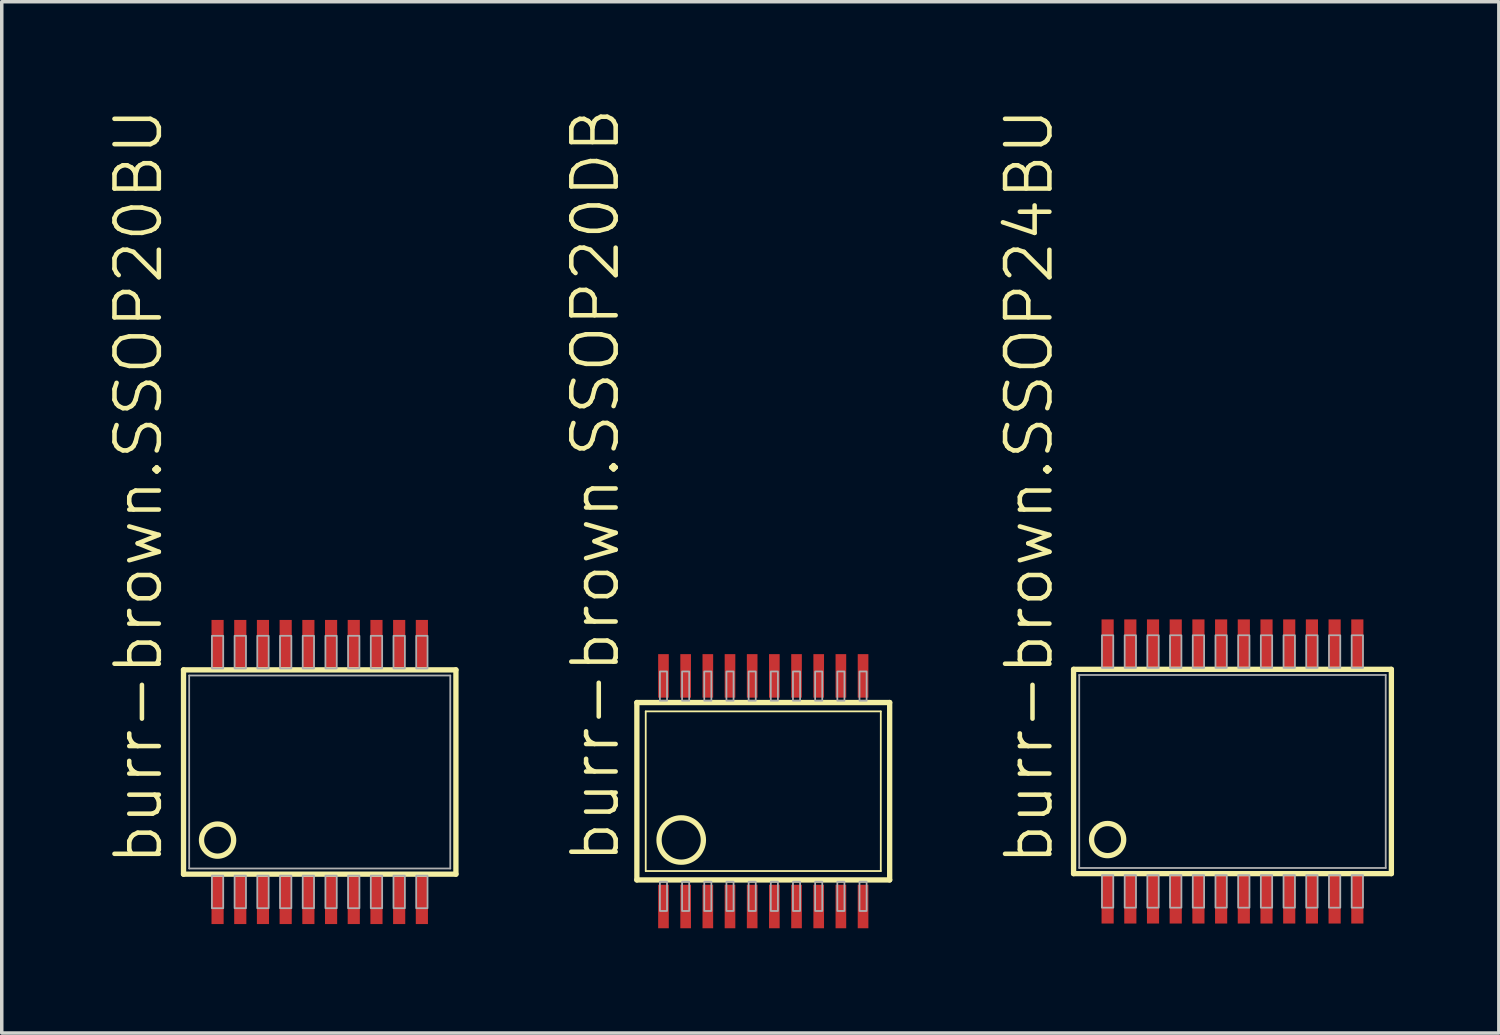
<source format=kicad_pcb>
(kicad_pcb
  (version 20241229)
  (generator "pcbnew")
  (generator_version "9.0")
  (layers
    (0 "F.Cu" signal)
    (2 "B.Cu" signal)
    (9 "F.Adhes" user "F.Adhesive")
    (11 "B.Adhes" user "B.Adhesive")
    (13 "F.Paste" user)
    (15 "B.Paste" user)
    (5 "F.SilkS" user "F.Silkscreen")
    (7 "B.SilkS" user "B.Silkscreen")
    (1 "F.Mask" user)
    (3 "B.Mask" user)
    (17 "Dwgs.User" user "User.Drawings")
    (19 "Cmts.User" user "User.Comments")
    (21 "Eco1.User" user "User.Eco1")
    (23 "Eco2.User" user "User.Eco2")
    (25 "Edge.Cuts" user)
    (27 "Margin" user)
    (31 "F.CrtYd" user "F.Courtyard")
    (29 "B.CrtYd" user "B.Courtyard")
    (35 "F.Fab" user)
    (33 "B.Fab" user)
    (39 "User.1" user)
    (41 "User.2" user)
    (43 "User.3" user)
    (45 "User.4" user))
  (footprint "burr-brown.SSOP20BU"
    (layer "F.Cu")
    (at 6.105 19.056)
    (property "Reference" "burr-brown.SSOP20BU" (at -4.445 2.73 90) (layer "F.SilkS") (effects (font (size 1.27 1.27) (thickness 0.13)) (justify left bottom)))
    (attr smd)
    (fp_line (start -3.9 -2.925) (end 3.9 -2.925) (stroke (width 0.152) (type default)) (layer "F.SilkS"))
    (fp_line (start -3.9 2.925) (end -3.9 -2.925) (stroke (width 0.152) (type default)) (layer "F.SilkS"))
    (fp_line (start 3.9 -2.925) (end 3.9 2.925) (stroke (width 0.152) (type default)) (layer "F.SilkS"))
    (fp_line (start 3.9 2.925) (end -3.9 2.925) (stroke (width 0.152) (type default)) (layer "F.SilkS"))
    (fp_circle (center -2.925 1.95) (end -2.465 1.95) (stroke (width 0.152) (type default)) (fill no) (layer "F.SilkS"))
    (fp_line (start -3.738 -2.763) (end 3.738 -2.763) (stroke (width 0.051) (type default)) (layer "F.Fab"))
    (fp_line (start -3.738 2.763) (end -3.738 -2.763) (stroke (width 0.051) (type default)) (layer "F.Fab"))
    (fp_line (start 3.738 -2.763) (end 3.738 2.763) (stroke (width 0.051) (type default)) (layer "F.Fab"))
    (fp_line (start 3.738 2.763) (end -3.738 2.763) (stroke (width 0.051) (type default)) (layer "F.Fab"))
    (fp_rect (start -3.087 -2.966) (end -2.763 -3.9) (stroke (width 0.05) (type default)) (fill no) (layer "F.Fab"))
    (fp_rect (start -3.087 3.9) (end -2.763 2.966) (stroke (width 0.05) (type default)) (fill no) (layer "F.Fab"))
    (fp_rect (start -2.438 -2.966) (end -2.112 -3.9) (stroke (width 0.05) (type default)) (fill no) (layer "F.Fab"))
    (fp_rect (start -2.438 3.9) (end -2.112 2.966) (stroke (width 0.05) (type default)) (fill no) (layer "F.Fab"))
    (fp_rect (start -1.788 -2.966) (end -1.462 -3.9) (stroke (width 0.05) (type default)) (fill no) (layer "F.Fab"))
    (fp_rect (start -1.788 3.9) (end -1.462 2.966) (stroke (width 0.05) (type default)) (fill no) (layer "F.Fab"))
    (fp_rect (start -1.137 -2.966) (end -0.812 -3.9) (stroke (width 0.05) (type default)) (fill no) (layer "F.Fab"))
    (fp_rect (start -1.137 3.9) (end -0.812 2.966) (stroke (width 0.05) (type default)) (fill no) (layer "F.Fab"))
    (fp_rect (start -0.487 -2.966) (end -0.163 -3.9) (stroke (width 0.05) (type default)) (fill no) (layer "F.Fab"))
    (fp_rect (start -0.487 3.9) (end -0.163 2.966) (stroke (width 0.05) (type default)) (fill no) (layer "F.Fab"))
    (fp_rect (start 0.163 -2.966) (end 0.487 -3.9) (stroke (width 0.05) (type default)) (fill no) (layer "F.Fab"))
    (fp_rect (start 0.163 3.9) (end 0.487 2.966) (stroke (width 0.05) (type default)) (fill no) (layer "F.Fab"))
    (fp_rect (start 0.812 -2.966) (end 1.137 -3.9) (stroke (width 0.05) (type default)) (fill no) (layer "F.Fab"))
    (fp_rect (start 0.812 3.9) (end 1.137 2.966) (stroke (width 0.05) (type default)) (fill no) (layer "F.Fab"))
    (fp_rect (start 1.462 -2.966) (end 1.788 -3.9) (stroke (width 0.05) (type default)) (fill no) (layer "F.Fab"))
    (fp_rect (start 1.462 3.9) (end 1.788 2.966) (stroke (width 0.05) (type default)) (fill no) (layer "F.Fab"))
    (fp_rect (start 2.112 -2.966) (end 2.438 -3.9) (stroke (width 0.05) (type default)) (fill no) (layer "F.Fab"))
    (fp_rect (start 2.112 3.9) (end 2.438 2.966) (stroke (width 0.05) (type default)) (fill no) (layer "F.Fab"))
    (fp_rect (start 2.763 -2.966) (end 3.087 -3.9) (stroke (width 0.05) (type default)) (fill no) (layer "F.Fab"))
    (fp_rect (start 2.763 3.9) (end 3.087 2.966) (stroke (width 0.05) (type default)) (fill no) (layer "F.Fab"))
    (pad "1" smd roundrect (at -2.925 3.656) (size 0.348 1.397) (layers "F.Cu" "F.Mask" "F.Paste") (roundrect_rratio 0.01))
    (pad "2" smd roundrect (at -2.275 3.656) (size 0.348 1.397) (layers "F.Cu" "F.Mask" "F.Paste") (roundrect_rratio 0.01))
    (pad "3" smd roundrect (at -1.625 3.656) (size 0.348 1.397) (layers "F.Cu" "F.Mask" "F.Paste") (roundrect_rratio 0.01))
    (pad "4" smd roundrect (at -0.975 3.656) (size 0.348 1.397) (layers "F.Cu" "F.Mask" "F.Paste") (roundrect_rratio 0.01))
    (pad "5" smd roundrect (at -0.325 3.656) (size 0.348 1.397) (layers "F.Cu" "F.Mask" "F.Paste") (roundrect_rratio 0.01))
    (pad "6" smd roundrect (at 0.325 3.656) (size 0.348 1.397) (layers "F.Cu" "F.Mask" "F.Paste") (roundrect_rratio 0.01))
    (pad "7" smd roundrect (at 0.975 3.656) (size 0.348 1.397) (layers "F.Cu" "F.Mask" "F.Paste") (roundrect_rratio 0.01))
    (pad "8" smd roundrect (at 1.625 3.656) (size 0.348 1.397) (layers "F.Cu" "F.Mask" "F.Paste") (roundrect_rratio 0.01))
    (pad "9" smd roundrect (at 2.275 3.656) (size 0.348 1.397) (layers "F.Cu" "F.Mask" "F.Paste") (roundrect_rratio 0.01))
    (pad "10" smd roundrect (at 2.925 3.656) (size 0.348 1.397) (layers "F.Cu" "F.Mask" "F.Paste") (roundrect_rratio 0.01))
    (pad "11" smd roundrect (at 2.925 -3.656) (size 0.348 1.397) (layers "F.Cu" "F.Mask" "F.Paste") (roundrect_rratio 0.01))
    (pad "12" smd roundrect (at 2.275 -3.656) (size 0.348 1.397) (layers "F.Cu" "F.Mask" "F.Paste") (roundrect_rratio 0.01))
    (pad "13" smd roundrect (at 1.625 -3.656) (size 0.348 1.397) (layers "F.Cu" "F.Mask" "F.Paste") (roundrect_rratio 0.01))
    (pad "14" smd roundrect (at 0.975 -3.656) (size 0.348 1.397) (layers "F.Cu" "F.Mask" "F.Paste") (roundrect_rratio 0.01))
    (pad "15" smd roundrect (at 0.325 -3.656) (size 0.348 1.397) (layers "F.Cu" "F.Mask" "F.Paste") (roundrect_rratio 0.01))
    (pad "16" smd roundrect (at -0.325 -3.656) (size 0.348 1.397) (layers "F.Cu" "F.Mask" "F.Paste") (roundrect_rratio 0.01))
    (pad "17" smd roundrect (at -0.975 -3.656) (size 0.348 1.397) (layers "F.Cu" "F.Mask" "F.Paste") (roundrect_rratio 0.01))
    (pad "18" smd roundrect (at -1.625 -3.656) (size 0.348 1.397) (layers "F.Cu" "F.Mask" "F.Paste") (roundrect_rratio 0.01))
    (pad "19" smd roundrect (at -2.275 -3.656) (size 0.348 1.397) (layers "F.Cu" "F.Mask" "F.Paste") (roundrect_rratio 0.01))
    (pad "20" smd roundrect (at -2.925 -3.656) (size 0.348 1.397) (layers "F.Cu" "F.Mask" "F.Paste") (roundrect_rratio 0.01)))
  (footprint "burr-brown.SSOP20DB"
    (layer "F.Cu")
    (at 18.805 19.606)
    (property "Reference" "burr-brown.SSOP20DB" (at -4.064 2.12 90) (layer "F.SilkS") (effects (font (size 1.27 1.27) (thickness 0.13)) (justify left bottom)))
    (attr smd)
    (fp_line (start -3.619 2.54) (end -3.619 -2.54) (stroke (width 0.152) (type default)) (layer "F.SilkS"))
    (fp_line (start -3.619 2.54) (end 3.62 2.54) (stroke (width 0.152) (type default)) (layer "F.SilkS"))
    (fp_line (start -3.365 2.286) (end -3.365 -2.286) (stroke (width 0.051) (type default)) (layer "F.SilkS"))
    (fp_line (start -3.365 2.286) (end 3.366 2.286) (stroke (width 0.051) (type default)) (layer "F.SilkS"))
    (fp_line (start 3.366 -2.286) (end -3.365 -2.286) (stroke (width 0.051) (type default)) (layer "F.SilkS"))
    (fp_line (start 3.366 -2.286) (end 3.366 2.286) (stroke (width 0.051) (type default)) (layer "F.SilkS"))
    (fp_line (start 3.62 -2.54) (end -3.619 -2.54) (stroke (width 0.152) (type default)) (layer "F.SilkS"))
    (fp_line (start 3.62 -2.54) (end 3.62 2.54) (stroke (width 0.152) (type default)) (layer "F.SilkS"))
    (fp_circle (center -2.349 1.397) (end -1.714 1.397) (stroke (width 0.152) (type default)) (fill no) (layer "F.SilkS"))
    (fp_rect (start -2.959 -2.591) (end -2.755 -3.429) (stroke (width 0.05) (type default)) (fill no) (layer "F.Fab"))
    (fp_rect (start -2.959 3.429) (end -2.755 2.591) (stroke (width 0.05) (type default)) (fill no) (layer "F.Fab"))
    (fp_rect (start -2.324 -2.591) (end -2.12 -3.429) (stroke (width 0.05) (type default)) (fill no) (layer "F.Fab"))
    (fp_rect (start -2.324 3.429) (end -2.12 2.591) (stroke (width 0.05) (type default)) (fill no) (layer "F.Fab"))
    (fp_rect (start -1.689 -2.591) (end -1.485 -3.429) (stroke (width 0.05) (type default)) (fill no) (layer "F.Fab"))
    (fp_rect (start -1.689 3.429) (end -1.485 2.591) (stroke (width 0.05) (type default)) (fill no) (layer "F.Fab"))
    (fp_rect (start -1.054 -2.591) (end -0.85 -3.429) (stroke (width 0.05) (type default)) (fill no) (layer "F.Fab"))
    (fp_rect (start -1.054 3.429) (end -0.85 2.591) (stroke (width 0.05) (type default)) (fill no) (layer "F.Fab"))
    (fp_rect (start -0.419 -2.591) (end -0.215 -3.429) (stroke (width 0.05) (type default)) (fill no) (layer "F.Fab"))
    (fp_rect (start -0.419 3.429) (end -0.215 2.591) (stroke (width 0.05) (type default)) (fill no) (layer "F.Fab"))
    (fp_rect (start 0.216 -2.591) (end 0.42 -3.429) (stroke (width 0.05) (type default)) (fill no) (layer "F.Fab"))
    (fp_rect (start 0.216 3.429) (end 0.42 2.591) (stroke (width 0.05) (type default)) (fill no) (layer "F.Fab"))
    (fp_rect (start 0.851 -2.591) (end 1.055 -3.429) (stroke (width 0.05) (type default)) (fill no) (layer "F.Fab"))
    (fp_rect (start 0.851 3.429) (end 1.055 2.591) (stroke (width 0.05) (type default)) (fill no) (layer "F.Fab"))
    (fp_rect (start 1.486 -2.591) (end 1.69 -3.429) (stroke (width 0.05) (type default)) (fill no) (layer "F.Fab"))
    (fp_rect (start 1.486 3.429) (end 1.69 2.591) (stroke (width 0.05) (type default)) (fill no) (layer "F.Fab"))
    (fp_rect (start 2.121 -2.591) (end 2.325 -3.429) (stroke (width 0.05) (type default)) (fill no) (layer "F.Fab"))
    (fp_rect (start 2.121 3.429) (end 2.325 2.591) (stroke (width 0.05) (type default)) (fill no) (layer "F.Fab"))
    (fp_rect (start 2.756 -2.591) (end 2.96 -3.429) (stroke (width 0.05) (type default)) (fill no) (layer "F.Fab"))
    (fp_rect (start 2.756 3.429) (end 2.96 2.591) (stroke (width 0.05) (type default)) (fill no) (layer "F.Fab"))
    (pad "1" smd roundrect (at -2.857 3.302) (size 0.305 1.245) (layers "F.Cu" "F.Mask" "F.Paste") (roundrect_rratio 0.01))
    (pad "2" smd roundrect (at -2.222 3.302) (size 0.305 1.245) (layers "F.Cu" "F.Mask" "F.Paste") (roundrect_rratio 0.01))
    (pad "3" smd roundrect (at -1.587 3.302) (size 0.305 1.245) (layers "F.Cu" "F.Mask" "F.Paste") (roundrect_rratio 0.01))
    (pad "4" smd roundrect (at -0.952 3.302) (size 0.305 1.245) (layers "F.Cu" "F.Mask" "F.Paste") (roundrect_rratio 0.01))
    (pad "5" smd roundrect (at -0.317 3.302) (size 0.305 1.245) (layers "F.Cu" "F.Mask" "F.Paste") (roundrect_rratio 0.01))
    (pad "6" smd roundrect (at 0.318 3.302) (size 0.305 1.245) (layers "F.Cu" "F.Mask" "F.Paste") (roundrect_rratio 0.01))
    (pad "7" smd roundrect (at 0.953 3.302) (size 0.305 1.245) (layers "F.Cu" "F.Mask" "F.Paste") (roundrect_rratio 0.01))
    (pad "8" smd roundrect (at 1.588 3.302) (size 0.305 1.245) (layers "F.Cu" "F.Mask" "F.Paste") (roundrect_rratio 0.01))
    (pad "9" smd roundrect (at 2.223 3.302) (size 0.305 1.245) (layers "F.Cu" "F.Mask" "F.Paste") (roundrect_rratio 0.01))
    (pad "10" smd roundrect (at 2.858 3.302) (size 0.305 1.245) (layers "F.Cu" "F.Mask" "F.Paste") (roundrect_rratio 0.01))
    (pad "11" smd roundrect (at 2.858 -3.302) (size 0.305 1.245) (layers "F.Cu" "F.Mask" "F.Paste") (roundrect_rratio 0.01))
    (pad "12" smd roundrect (at 2.223 -3.302) (size 0.305 1.245) (layers "F.Cu" "F.Mask" "F.Paste") (roundrect_rratio 0.01))
    (pad "13" smd roundrect (at 1.588 -3.302) (size 0.305 1.245) (layers "F.Cu" "F.Mask" "F.Paste") (roundrect_rratio 0.01))
    (pad "14" smd roundrect (at 0.953 -3.302) (size 0.305 1.245) (layers "F.Cu" "F.Mask" "F.Paste") (roundrect_rratio 0.01))
    (pad "15" smd roundrect (at 0.318 -3.302) (size 0.305 1.245) (layers "F.Cu" "F.Mask" "F.Paste") (roundrect_rratio 0.01))
    (pad "16" smd roundrect (at -0.317 -3.302) (size 0.305 1.245) (layers "F.Cu" "F.Mask" "F.Paste") (roundrect_rratio 0.01))
    (pad "17" smd roundrect (at -0.952 -3.302) (size 0.305 1.245) (layers "F.Cu" "F.Mask" "F.Paste") (roundrect_rratio 0.01))
    (pad "18" smd roundrect (at -1.587 -3.302) (size 0.305 1.245) (layers "F.Cu" "F.Mask" "F.Paste") (roundrect_rratio 0.01))
    (pad "19" smd roundrect (at -2.222 -3.302) (size 0.305 1.245) (layers "F.Cu" "F.Mask" "F.Paste") (roundrect_rratio 0.01))
    (pad "20" smd roundrect (at -2.857 -3.302) (size 0.305 1.245) (layers "F.Cu" "F.Mask" "F.Paste") (roundrect_rratio 0.01)))
  (footprint "burr-brown.SSOP24BU"
    (layer "F.Cu")
    (at 32.241 19.041)
    (property "Reference" "burr-brown.SSOP24BU" (at -5.08 2.745 90) (layer "F.SilkS") (effects (font (size 1.27 1.27) (thickness 0.13)) (justify left bottom)))
    (attr smd)
    (fp_line (start -4.55 -2.925) (end 4.55 -2.925) (stroke (width 0.152) (type default)) (layer "F.SilkS"))
    (fp_line (start -4.55 2.925) (end -4.55 -2.925) (stroke (width 0.152) (type default)) (layer "F.SilkS"))
    (fp_line (start 4.55 -2.925) (end 4.55 2.925) (stroke (width 0.152) (type default)) (layer "F.SilkS"))
    (fp_line (start 4.55 2.925) (end -4.55 2.925) (stroke (width 0.152) (type default)) (layer "F.SilkS"))
    (fp_circle (center -3.575 1.95) (end -3.115 1.95) (stroke (width 0.152) (type default)) (fill no) (layer "F.SilkS"))
    (fp_line (start -4.388 -2.763) (end 4.388 -2.763) (stroke (width 0.051) (type default)) (layer "F.Fab"))
    (fp_line (start -4.388 2.763) (end -4.388 -2.763) (stroke (width 0.051) (type default)) (layer "F.Fab"))
    (fp_line (start 4.388 -2.763) (end 4.388 2.763) (stroke (width 0.051) (type default)) (layer "F.Fab"))
    (fp_line (start 4.388 2.763) (end -4.388 2.763) (stroke (width 0.051) (type default)) (layer "F.Fab"))
    (fp_rect (start -3.737 -2.966) (end -3.413 -3.9) (stroke (width 0.05) (type default)) (fill no) (layer "F.Fab"))
    (fp_rect (start -3.737 3.9) (end -3.413 2.966) (stroke (width 0.05) (type default)) (fill no) (layer "F.Fab"))
    (fp_rect (start -3.087 -2.966) (end -2.763 -3.9) (stroke (width 0.05) (type default)) (fill no) (layer "F.Fab"))
    (fp_rect (start -3.087 3.9) (end -2.763 2.966) (stroke (width 0.05) (type default)) (fill no) (layer "F.Fab"))
    (fp_rect (start -2.438 -2.966) (end -2.112 -3.9) (stroke (width 0.05) (type default)) (fill no) (layer "F.Fab"))
    (fp_rect (start -2.438 3.9) (end -2.112 2.966) (stroke (width 0.05) (type default)) (fill no) (layer "F.Fab"))
    (fp_rect (start -1.788 -2.966) (end -1.462 -3.9) (stroke (width 0.05) (type default)) (fill no) (layer "F.Fab"))
    (fp_rect (start -1.788 3.9) (end -1.462 2.966) (stroke (width 0.05) (type default)) (fill no) (layer "F.Fab"))
    (fp_rect (start -1.137 -2.966) (end -0.812 -3.9) (stroke (width 0.05) (type default)) (fill no) (layer "F.Fab"))
    (fp_rect (start -1.137 3.9) (end -0.812 2.966) (stroke (width 0.05) (type default)) (fill no) (layer "F.Fab"))
    (fp_rect (start -0.487 -2.966) (end -0.163 -3.9) (stroke (width 0.05) (type default)) (fill no) (layer "F.Fab"))
    (fp_rect (start -0.487 3.9) (end -0.163 2.966) (stroke (width 0.05) (type default)) (fill no) (layer "F.Fab"))
    (fp_rect (start 0.163 -2.966) (end 0.487 -3.9) (stroke (width 0.05) (type default)) (fill no) (layer "F.Fab"))
    (fp_rect (start 0.163 3.9) (end 0.487 2.966) (stroke (width 0.05) (type default)) (fill no) (layer "F.Fab"))
    (fp_rect (start 0.812 -2.966) (end 1.137 -3.9) (stroke (width 0.05) (type default)) (fill no) (layer "F.Fab"))
    (fp_rect (start 0.812 3.9) (end 1.137 2.966) (stroke (width 0.05) (type default)) (fill no) (layer "F.Fab"))
    (fp_rect (start 1.462 -2.966) (end 1.788 -3.9) (stroke (width 0.05) (type default)) (fill no) (layer "F.Fab"))
    (fp_rect (start 1.462 3.9) (end 1.788 2.966) (stroke (width 0.05) (type default)) (fill no) (layer "F.Fab"))
    (fp_rect (start 2.112 -2.966) (end 2.438 -3.9) (stroke (width 0.05) (type default)) (fill no) (layer "F.Fab"))
    (fp_rect (start 2.112 3.9) (end 2.438 2.966) (stroke (width 0.05) (type default)) (fill no) (layer "F.Fab"))
    (fp_rect (start 2.763 -2.966) (end 3.087 -3.9) (stroke (width 0.05) (type default)) (fill no) (layer "F.Fab"))
    (fp_rect (start 2.763 3.9) (end 3.087 2.966) (stroke (width 0.05) (type default)) (fill no) (layer "F.Fab"))
    (fp_rect (start 3.413 -2.966) (end 3.737 -3.9) (stroke (width 0.05) (type default)) (fill no) (layer "F.Fab"))
    (fp_rect (start 3.413 3.9) (end 3.737 2.966) (stroke (width 0.05) (type default)) (fill no) (layer "F.Fab"))
    (pad "1" smd roundrect (at -3.575 3.656) (size 0.348 1.397) (layers "F.Cu" "F.Mask" "F.Paste") (roundrect_rratio 0.01))
    (pad "2" smd roundrect (at -2.925 3.656) (size 0.348 1.397) (layers "F.Cu" "F.Mask" "F.Paste") (roundrect_rratio 0.01))
    (pad "3" smd roundrect (at -2.275 3.656) (size 0.348 1.397) (layers "F.Cu" "F.Mask" "F.Paste") (roundrect_rratio 0.01))
    (pad "4" smd roundrect (at -1.625 3.656) (size 0.348 1.397) (layers "F.Cu" "F.Mask" "F.Paste") (roundrect_rratio 0.01))
    (pad "5" smd roundrect (at -0.975 3.656) (size 0.348 1.397) (layers "F.Cu" "F.Mask" "F.Paste") (roundrect_rratio 0.01))
    (pad "6" smd roundrect (at -0.325 3.656) (size 0.348 1.397) (layers "F.Cu" "F.Mask" "F.Paste") (roundrect_rratio 0.01))
    (pad "7" smd roundrect (at 0.325 3.656) (size 0.348 1.397) (layers "F.Cu" "F.Mask" "F.Paste") (roundrect_rratio 0.01))
    (pad "8" smd roundrect (at 0.975 3.656) (size 0.348 1.397) (layers "F.Cu" "F.Mask" "F.Paste") (roundrect_rratio 0.01))
    (pad "9" smd roundrect (at 1.625 3.656) (size 0.348 1.397) (layers "F.Cu" "F.Mask" "F.Paste") (roundrect_rratio 0.01))
    (pad "10" smd roundrect (at 2.275 3.656) (size 0.348 1.397) (layers "F.Cu" "F.Mask" "F.Paste") (roundrect_rratio 0.01))
    (pad "11" smd roundrect (at 2.925 3.656) (size 0.348 1.397) (layers "F.Cu" "F.Mask" "F.Paste") (roundrect_rratio 0.01))
    (pad "12" smd roundrect (at 3.575 3.656) (size 0.348 1.397) (layers "F.Cu" "F.Mask" "F.Paste") (roundrect_rratio 0.01))
    (pad "13" smd roundrect (at 3.575 -3.656) (size 0.348 1.397) (layers "F.Cu" "F.Mask" "F.Paste") (roundrect_rratio 0.01))
    (pad "14" smd roundrect (at 2.925 -3.656) (size 0.348 1.397) (layers "F.Cu" "F.Mask" "F.Paste") (roundrect_rratio 0.01))
    (pad "15" smd roundrect (at 2.275 -3.656) (size 0.348 1.397) (layers "F.Cu" "F.Mask" "F.Paste") (roundrect_rratio 0.01))
    (pad "16" smd roundrect (at 1.625 -3.656) (size 0.348 1.397) (layers "F.Cu" "F.Mask" "F.Paste") (roundrect_rratio 0.01))
    (pad "17" smd roundrect (at 0.975 -3.656) (size 0.348 1.397) (layers "F.Cu" "F.Mask" "F.Paste") (roundrect_rratio 0.01))
    (pad "18" smd roundrect (at 0.325 -3.656) (size 0.348 1.397) (layers "F.Cu" "F.Mask" "F.Paste") (roundrect_rratio 0.01))
    (pad "19" smd roundrect (at -0.325 -3.656) (size 0.348 1.397) (layers "F.Cu" "F.Mask" "F.Paste") (roundrect_rratio 0.01))
    (pad "20" smd roundrect (at -0.975 -3.656) (size 0.348 1.397) (layers "F.Cu" "F.Mask" "F.Paste") (roundrect_rratio 0.01))
    (pad "21" smd roundrect (at -1.625 -3.656) (size 0.348 1.397) (layers "F.Cu" "F.Mask" "F.Paste") (roundrect_rratio 0.01))
    (pad "22" smd roundrect (at -2.275 -3.656) (size 0.348 1.397) (layers "F.Cu" "F.Mask" "F.Paste") (roundrect_rratio 0.01))
    (pad "23" smd roundrect (at -2.925 -3.656) (size 0.348 1.397) (layers "F.Cu" "F.Mask" "F.Paste") (roundrect_rratio 0.01))
    (pad "24" smd roundrect (at -3.575 -3.656) (size 0.348 1.397) (layers "F.Cu" "F.Mask" "F.Paste") (roundrect_rratio 0.01)))
  (gr_rect
    (start -3 -3)
    (end 39.868 26.53)
    (stroke (width 0.1) (type default))
    (fill no)
    (layer "Edge.Cuts")))
</source>
